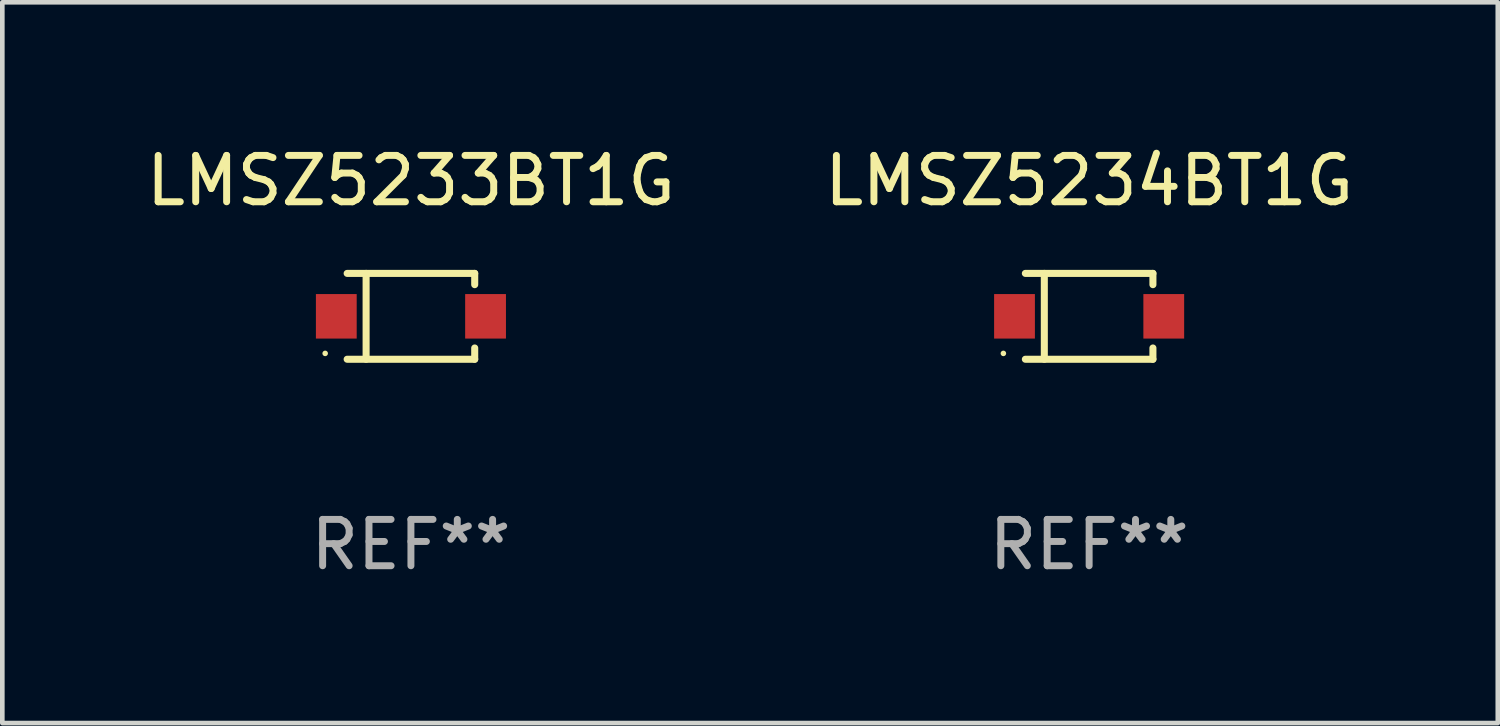
<source format=kicad_pcb>
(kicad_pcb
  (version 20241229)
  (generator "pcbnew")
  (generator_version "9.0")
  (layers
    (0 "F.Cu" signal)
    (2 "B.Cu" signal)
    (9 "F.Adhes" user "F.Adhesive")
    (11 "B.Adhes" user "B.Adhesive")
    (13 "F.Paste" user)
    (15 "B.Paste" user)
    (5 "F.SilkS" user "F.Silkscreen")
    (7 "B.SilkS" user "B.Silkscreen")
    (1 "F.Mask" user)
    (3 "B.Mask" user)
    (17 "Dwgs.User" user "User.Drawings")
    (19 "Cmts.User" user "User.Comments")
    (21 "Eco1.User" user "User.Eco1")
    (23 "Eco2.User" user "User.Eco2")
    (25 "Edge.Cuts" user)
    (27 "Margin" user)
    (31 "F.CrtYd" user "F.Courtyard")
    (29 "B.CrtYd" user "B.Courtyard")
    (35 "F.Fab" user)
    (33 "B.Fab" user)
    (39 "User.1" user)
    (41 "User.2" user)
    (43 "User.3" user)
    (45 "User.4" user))
  (footprint "LMSZ5233BT1G"
    (layer "F.Cu")
    (at 5.815 3.774)
    (property "Reference" "LMSZ5233BT1G" (at 0 -2.926 0) (layer "F.SilkS") (effects (font (size 1 1) (thickness 0.15))))
    (attr through_hole)
    (fp_line (start -1.376 -0.926) (end 1.376 -0.926) (stroke (width 0.152) (type solid)) (layer "F.SilkS"))
    (fp_line (start -1.376 0.926) (end 1.376 0.926) (stroke (width 0.152) (type solid)) (layer "F.SilkS"))
    (fp_line (start -0.967 -0.926) (end -0.967 0.926) (stroke (width 0.152) (type solid)) (layer "F.SilkS"))
    (fp_line (start 1.376 -0.926) (end 1.376 -0.683) (stroke (width 0.152) (type solid)) (layer "F.SilkS"))
    (fp_line (start 1.376 0.926) (end 1.376 0.683) (stroke (width 0.152) (type solid)) (layer "F.SilkS"))
    (fp_circle (center -1.85 0.8) (end -1.82 0.8) (stroke (width 0.06) (type solid)) (fill no) (layer "F.SilkS"))
    (fp_text user "REF**" (at 0 4.926 0) (layer "F.Fab") (effects (font (size 1 1) (thickness 0.15))))
    (pad "1" smd rect (at -1.61 0) (size 0.88 0.96) (layers "F.Cu" "F.Mask" "F.Paste"))
    (pad "2" smd rect (at 1.61 0) (size 0.88 0.96) (layers "F.Cu" "F.Mask" "F.Paste")))
  (footprint "LMSZ5234BT1G"
    (layer "F.Cu")
    (at 20.446 3.774)
    (property "Reference" "LMSZ5234BT1G" (at 0 -2.926 0) (layer "F.SilkS") (effects (font (size 1 1) (thickness 0.15))))
    (attr through_hole)
    (fp_line (start -1.376 -0.926) (end 1.376 -0.926) (stroke (width 0.152) (type solid)) (layer "F.SilkS"))
    (fp_line (start -1.376 0.926) (end 1.376 0.926) (stroke (width 0.152) (type solid)) (layer "F.SilkS"))
    (fp_line (start -0.967 -0.926) (end -0.967 0.926) (stroke (width 0.152) (type solid)) (layer "F.SilkS"))
    (fp_line (start 1.376 -0.926) (end 1.376 -0.683) (stroke (width 0.152) (type solid)) (layer "F.SilkS"))
    (fp_line (start 1.376 0.926) (end 1.376 0.683) (stroke (width 0.152) (type solid)) (layer "F.SilkS"))
    (fp_circle (center -1.85 0.8) (end -1.82 0.8) (stroke (width 0.06) (type solid)) (fill no) (layer "F.SilkS"))
    (fp_text user "REF**" (at 0 4.926 0) (layer "F.Fab") (effects (font (size 1 1) (thickness 0.15))))
    (pad "1" smd rect (at -1.61 0) (size 0.88 0.96) (layers "F.Cu" "F.Mask" "F.Paste"))
    (pad "2" smd rect (at 1.61 0) (size 0.88 0.96) (layers "F.Cu" "F.Mask" "F.Paste")))
  (gr_rect
    (start -3 -3)
    (end 29.262 12.549)
    (stroke (width 0.1) (type default))
    (fill no)
    (layer "Edge.Cuts")))
</source>
